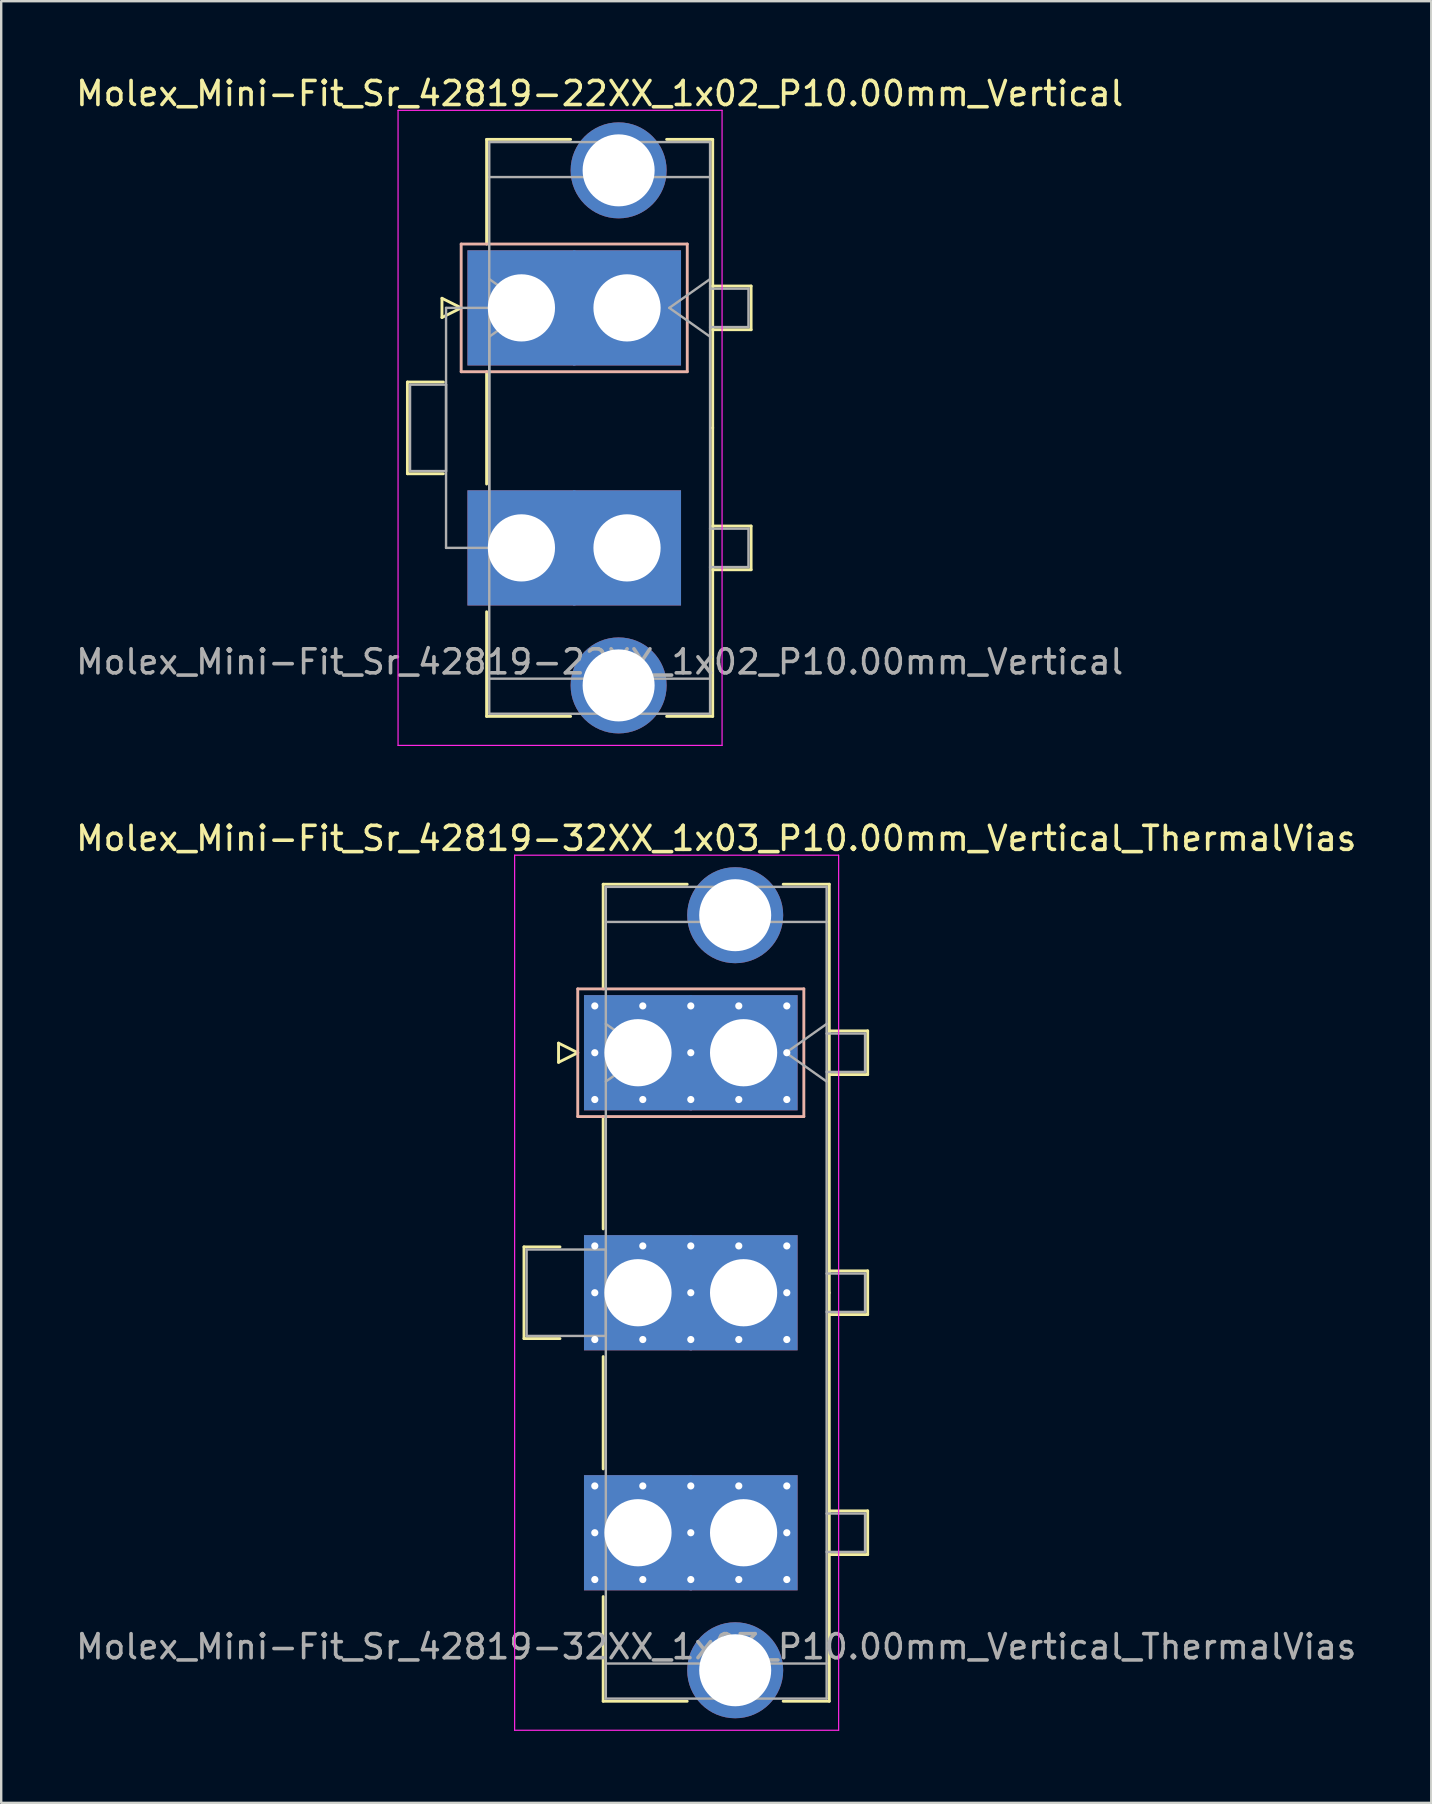
<source format=kicad_pcb>
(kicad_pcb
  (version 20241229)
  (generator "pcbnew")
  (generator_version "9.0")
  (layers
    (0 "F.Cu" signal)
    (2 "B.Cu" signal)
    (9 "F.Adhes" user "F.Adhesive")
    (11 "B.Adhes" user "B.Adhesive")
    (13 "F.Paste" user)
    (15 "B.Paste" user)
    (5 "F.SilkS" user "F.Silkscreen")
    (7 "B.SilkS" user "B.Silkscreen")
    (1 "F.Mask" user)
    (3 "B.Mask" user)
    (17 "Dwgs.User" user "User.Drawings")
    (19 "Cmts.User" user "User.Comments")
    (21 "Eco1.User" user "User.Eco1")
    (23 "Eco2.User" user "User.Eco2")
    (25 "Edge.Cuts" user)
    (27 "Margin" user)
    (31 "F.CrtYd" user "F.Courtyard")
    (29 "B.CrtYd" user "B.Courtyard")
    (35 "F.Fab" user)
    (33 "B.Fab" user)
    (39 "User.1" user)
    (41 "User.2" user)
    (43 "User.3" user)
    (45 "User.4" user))
  (footprint "Molex_Mini-Fit_Sr_42819-32XX_1x03_P10.00mm_Vertical_ThermalVias"
    (layer "F.Cu")
    (at 23.532 40.812)
    (property "Reference" "Molex_Mini-Fit_Sr_42819-32XX_1x03_P10.00mm_Vertical_ThermalVias" (at 3.26 -8.93 0) (layer "F.SilkS") (effects (font (size 1 1) (thickness 0.15))))
    (attr through_hole)
    (fp_line (start -4.75 8.09) (end -4.75 11.91) (stroke (width 0.12) (type solid)) (layer "F.SilkS"))
    (fp_line (start -4.75 11.91) (end -3.25 11.91) (stroke (width 0.12) (type solid)) (layer "F.SilkS"))
    (fp_line (start -3.31 -0.4) (end -3.31 0.4) (stroke (width 0.12) (type solid)) (layer "F.SilkS"))
    (fp_line (start -3.31 0.4) (end -2.51 0) (stroke (width 0.12) (type solid)) (layer "F.SilkS"))
    (fp_line (start -3.25 8.09) (end -4.75 8.09) (stroke (width 0.12) (type solid)) (layer "F.SilkS"))
    (fp_line (start -2.51 0) (end -3.31 -0.4) (stroke (width 0.12) (type solid)) (layer "F.SilkS"))
    (fp_line (start -1.45 -7.02) (end 2.05 -7.02) (stroke (width 0.12) (type solid)) (layer "F.SilkS"))
    (fp_line (start -1.45 -2.66) (end -1.45 -7.02) (stroke (width 0.12) (type solid)) (layer "F.SilkS"))
    (fp_line (start -1.45 2.66) (end -1.45 7.34) (stroke (width 0.12) (type solid)) (layer "F.SilkS"))
    (fp_line (start -1.45 12.66) (end -1.45 17.34) (stroke (width 0.12) (type solid)) (layer "F.SilkS"))
    (fp_line (start -1.45 22.66) (end -1.45 27.02) (stroke (width 0.12) (type solid)) (layer "F.SilkS"))
    (fp_line (start -1.45 27.02) (end 2.05 27.02) (stroke (width 0.12) (type solid)) (layer "F.SilkS"))
    (fp_line (start 6.05 -7.02) (end 7.97 -7.02) (stroke (width 0.12) (type solid)) (layer "F.SilkS"))
    (fp_line (start 6.05 27.02) (end 7.97 27.02) (stroke (width 0.12) (type solid)) (layer "F.SilkS"))
    (fp_line (start 7.97 -7.02) (end 7.97 10) (stroke (width 0.12) (type solid)) (layer "F.SilkS"))
    (fp_line (start 7.97 -0.91) (end 9.57 -0.91) (stroke (width 0.12) (type solid)) (layer "F.SilkS"))
    (fp_line (start 7.97 9.09) (end 9.57 9.09) (stroke (width 0.12) (type solid)) (layer "F.SilkS"))
    (fp_line (start 7.97 19.09) (end 9.57 19.09) (stroke (width 0.12) (type solid)) (layer "F.SilkS"))
    (fp_line (start 7.97 27.02) (end 7.97 10) (stroke (width 0.12) (type solid)) (layer "F.SilkS"))
    (fp_line (start 9.57 -0.91) (end 9.57 0.91) (stroke (width 0.12) (type solid)) (layer "F.SilkS"))
    (fp_line (start 9.57 0.91) (end 7.97 0.91) (stroke (width 0.12) (type solid)) (layer "F.SilkS"))
    (fp_line (start 9.57 9.09) (end 9.57 10.91) (stroke (width 0.12) (type solid)) (layer "F.SilkS"))
    (fp_line (start 9.57 10.91) (end 7.97 10.91) (stroke (width 0.12) (type solid)) (layer "F.SilkS"))
    (fp_line (start 9.57 19.09) (end 9.57 20.91) (stroke (width 0.12) (type solid)) (layer "F.SilkS"))
    (fp_line (start 9.57 20.91) (end 7.97 20.91) (stroke (width 0.12) (type solid)) (layer "F.SilkS"))
    (fp_line (start -2.51 -2.66) (end -2.51 2.66) (stroke (width 0.12) (type solid)) (layer "B.SilkS"))
    (fp_line (start -2.51 2.66) (end 6.91 2.66) (stroke (width 0.12) (type solid)) (layer "B.SilkS"))
    (fp_line (start 6.91 -2.66) (end -2.51 -2.66) (stroke (width 0.12) (type solid)) (layer "B.SilkS"))
    (fp_line (start 6.91 2.66) (end 6.91 -2.66) (stroke (width 0.12) (type solid)) (layer "B.SilkS"))
    (fp_line (start -5.14 -8.23) (end -5.14 28.23) (stroke (width 0.05) (type solid)) (layer "F.CrtYd"))
    (fp_line (start -5.14 28.23) (end 8.36 28.23) (stroke (width 0.05) (type solid)) (layer "F.CrtYd"))
    (fp_line (start 8.36 -8.23) (end -5.14 -8.23) (stroke (width 0.05) (type solid)) (layer "F.CrtYd"))
    (fp_line (start 8.36 28.23) (end 8.36 -8.23) (stroke (width 0.05) (type solid)) (layer "F.CrtYd"))
    (fp_line (start -4.64 8.2) (end -1.34 8.2) (stroke (width 0.1) (type solid)) (layer "F.Fab"))
    (fp_line (start -4.64 11.8) (end -4.64 8.2) (stroke (width 0.1) (type solid)) (layer "F.Fab"))
    (fp_line (start -1.34 -6.91) (end -1.34 26.91) (stroke (width 0.1) (type solid)) (layer "F.Fab"))
    (fp_line (start -1.34 -5.45) (end 7.86 -5.45) (stroke (width 0.1) (type solid)) (layer "F.Fab"))
    (fp_line (start -1.34 -1.2) (end 0.357 0) (stroke (width 0.1) (type solid)) (layer "F.Fab"))
    (fp_line (start -1.34 8.2) (end -1.34 11.8) (stroke (width 0.1) (type solid)) (layer "F.Fab"))
    (fp_line (start -1.34 11.8) (end -4.64 11.8) (stroke (width 0.1) (type solid)) (layer "F.Fab"))
    (fp_line (start -1.34 25.45) (end 7.86 25.45) (stroke (width 0.1) (type solid)) (layer "F.Fab"))
    (fp_line (start -1.34 26.91) (end 7.86 26.91) (stroke (width 0.1) (type solid)) (layer "F.Fab"))
    (fp_line (start 0.357 0) (end -1.34 1.2) (stroke (width 0.1) (type solid)) (layer "F.Fab"))
    (fp_line (start 6.163 0) (end 7.86 1.2) (stroke (width 0.1) (type solid)) (layer "F.Fab"))
    (fp_line (start 7.86 -6.91) (end -1.34 -6.91) (stroke (width 0.1) (type solid)) (layer "F.Fab"))
    (fp_line (start 7.86 -1.2) (end 6.163 0) (stroke (width 0.1) (type solid)) (layer "F.Fab"))
    (fp_line (start 7.86 -0.8) (end 9.46 -0.8) (stroke (width 0.1) (type solid)) (layer "F.Fab"))
    (fp_line (start 7.86 9.2) (end 9.46 9.2) (stroke (width 0.1) (type solid)) (layer "F.Fab"))
    (fp_line (start 7.86 19.2) (end 9.46 19.2) (stroke (width 0.1) (type solid)) (layer "F.Fab"))
    (fp_line (start 7.86 26.91) (end 7.86 -6.91) (stroke (width 0.1) (type solid)) (layer "F.Fab"))
    (fp_line (start 9.46 -0.8) (end 9.46 0.8) (stroke (width 0.1) (type solid)) (layer "F.Fab"))
    (fp_line (start 9.46 0.8) (end 7.86 0.8) (stroke (width 0.1) (type solid)) (layer "F.Fab"))
    (fp_line (start 9.46 9.2) (end 9.46 10.8) (stroke (width 0.1) (type solid)) (layer "F.Fab"))
    (fp_line (start 9.46 10.8) (end 7.86 10.8) (stroke (width 0.1) (type solid)) (layer "F.Fab"))
    (fp_line (start 9.46 19.2) (end 9.46 20.8) (stroke (width 0.1) (type solid)) (layer "F.Fab"))
    (fp_line (start 9.46 20.8) (end 7.86 20.8) (stroke (width 0.1) (type solid)) (layer "F.Fab"))
    (fp_text user "${REFERENCE}" (at 3.26 24.75 0) (layer "F.Fab") (effects (font (size 1 1) (thickness 0.15))))
    (pad "" thru_hole circle (at 4.05 -5.73) (size 4 4) (drill 3) (layers "*.Cu" "*.Mask"))
    (pad "" thru_hole circle (at 4.05 25.73) (size 4 4) (drill 3) (layers "*.Cu" "*.Mask"))
    (pad "1" thru_hole roundrect (at -1.8 -1.95) (size 0.6 0.6) (drill 0.3) (layers "*.Cu" "*.Mask") (roundrect_rratio 0.25))
    (pad "1" thru_hole roundrect (at -1.8 0) (size 0.6 0.6) (drill 0.3) (layers "*.Cu" "*.Mask") (roundrect_rratio 0.25))
    (pad "1" thru_hole roundrect (at -1.8 1.95) (size 0.6 0.6) (drill 0.3) (layers "*.Cu" "*.Mask") (roundrect_rratio 0.25))
    (pad "1" thru_hole rect (at 0 0) (size 4.5 4.8) (drill 2.8) (layers "*.Cu" "*.Mask"))
    (pad "1" thru_hole roundrect (at 0.2 -1.95) (size 0.6 0.6) (drill 0.3) (layers "*.Cu" "*.Mask") (roundrect_rratio 0.25))
    (pad "1" thru_hole roundrect (at 0.2 1.95) (size 0.6 0.6) (drill 0.3) (layers "*.Cu" "*.Mask") (roundrect_rratio 0.25))
    (pad "1" thru_hole roundrect (at 2.2 -1.95) (size 0.6 0.6) (drill 0.3) (layers "*.Cu" "*.Mask") (roundrect_rratio 0.25))
    (pad "1" thru_hole roundrect (at 2.2 0) (size 0.6 0.6) (drill 0.3) (layers "*.Cu" "*.Mask") (roundrect_rratio 0.25))
    (pad "1" thru_hole roundrect (at 2.2 1.95) (size 0.6 0.6) (drill 0.3) (layers "*.Cu" "*.Mask") (roundrect_rratio 0.25))
    (pad "1" thru_hole roundrect (at 4.2 -1.95) (size 0.6 0.6) (drill 0.3) (layers "*.Cu" "*.Mask") (roundrect_rratio 0.25))
    (pad "1" thru_hole roundrect (at 4.2 1.95) (size 0.6 0.6) (drill 0.3) (layers "*.Cu" "*.Mask") (roundrect_rratio 0.25))
    (pad "1" thru_hole rect (at 4.4 0) (size 4.5 4.8) (drill 2.8) (layers "*.Cu" "*.Mask"))
    (pad "1" thru_hole roundrect (at 6.2 -1.95) (size 0.6 0.6) (drill 0.3) (layers "*.Cu" "*.Mask") (roundrect_rratio 0.25))
    (pad "1" thru_hole roundrect (at 6.2 0) (size 0.6 0.6) (drill 0.3) (layers "*.Cu" "*.Mask") (roundrect_rratio 0.25))
    (pad "1" thru_hole roundrect (at 6.2 1.95) (size 0.6 0.6) (drill 0.3) (layers "*.Cu" "*.Mask") (roundrect_rratio 0.25))
    (pad "2" thru_hole circle (at -1.8 8.05) (size 0.6 0.6) (drill 0.3) (layers "*.Cu" "*.Mask"))
    (pad "2" thru_hole circle (at -1.8 10) (size 0.6 0.6) (drill 0.3) (layers "*.Cu" "*.Mask"))
    (pad "2" thru_hole circle (at -1.8 11.95) (size 0.6 0.6) (drill 0.3) (layers "*.Cu" "*.Mask"))
    (pad "2" thru_hole rect (at 0 10) (size 4.5 4.8) (drill 2.8) (layers "*.Cu" "*.Mask"))
    (pad "2" thru_hole circle (at 0.2 8.05) (size 0.6 0.6) (drill 0.3) (layers "*.Cu" "*.Mask"))
    (pad "2" thru_hole circle (at 0.2 11.95) (size 0.6 0.6) (drill 0.3) (layers "*.Cu" "*.Mask"))
    (pad "2" thru_hole circle (at 2.2 8.05) (size 0.6 0.6) (drill 0.3) (layers "*.Cu" "*.Mask"))
    (pad "2" thru_hole circle (at 2.2 10) (size 0.6 0.6) (drill 0.3) (layers "*.Cu" "*.Mask"))
    (pad "2" thru_hole circle (at 2.2 11.95) (size 0.6 0.6) (drill 0.3) (layers "*.Cu" "*.Mask"))
    (pad "2" thru_hole circle (at 4.2 8.05) (size 0.6 0.6) (drill 0.3) (layers "*.Cu" "*.Mask"))
    (pad "2" thru_hole circle (at 4.2 11.95) (size 0.6 0.6) (drill 0.3) (layers "*.Cu" "*.Mask"))
    (pad "2" thru_hole rect (at 4.4 10) (size 4.5 4.8) (drill 2.8) (layers "*.Cu" "*.Mask"))
    (pad "2" thru_hole circle (at 6.2 8.05) (size 0.6 0.6) (drill 0.3) (layers "*.Cu" "*.Mask"))
    (pad "2" thru_hole circle (at 6.2 10) (size 0.6 0.6) (drill 0.3) (layers "*.Cu" "*.Mask"))
    (pad "2" thru_hole circle (at 6.2 11.95) (size 0.6 0.6) (drill 0.3) (layers "*.Cu" "*.Mask"))
    (pad "3" thru_hole circle (at -1.8 18.05) (size 0.6 0.6) (drill 0.3) (layers "*.Cu" "*.Mask"))
    (pad "3" thru_hole circle (at -1.8 20) (size 0.6 0.6) (drill 0.3) (layers "*.Cu" "*.Mask"))
    (pad "3" thru_hole circle (at -1.8 21.95) (size 0.6 0.6) (drill 0.3) (layers "*.Cu" "*.Mask"))
    (pad "3" thru_hole rect (at 0 20) (size 4.5 4.8) (drill 2.8) (layers "*.Cu" "*.Mask"))
    (pad "3" thru_hole circle (at 0.2 18.05) (size 0.6 0.6) (drill 0.3) (layers "*.Cu" "*.Mask"))
    (pad "3" thru_hole circle (at 0.2 21.95) (size 0.6 0.6) (drill 0.3) (layers "*.Cu" "*.Mask"))
    (pad "3" thru_hole circle (at 2.2 18.05) (size 0.6 0.6) (drill 0.3) (layers "*.Cu" "*.Mask"))
    (pad "3" thru_hole circle (at 2.2 20) (size 0.6 0.6) (drill 0.3) (layers "*.Cu" "*.Mask"))
    (pad "3" thru_hole circle (at 2.2 21.95) (size 0.6 0.6) (drill 0.3) (layers "*.Cu" "*.Mask"))
    (pad "3" thru_hole circle (at 4.2 18.05) (size 0.6 0.6) (drill 0.3) (layers "*.Cu" "*.Mask"))
    (pad "3" thru_hole circle (at 4.2 21.95) (size 0.6 0.6) (drill 0.3) (layers "*.Cu" "*.Mask"))
    (pad "3" thru_hole rect (at 4.4 20) (size 4.5 4.8) (drill 2.8) (layers "*.Cu" "*.Mask"))
    (pad "3" thru_hole circle (at 6.2 18.05) (size 0.6 0.6) (drill 0.3) (layers "*.Cu" "*.Mask"))
    (pad "3" thru_hole circle (at 6.2 20) (size 0.6 0.6) (drill 0.3) (layers "*.Cu" "*.Mask"))
    (pad "3" thru_hole circle (at 6.2 21.95) (size 0.6 0.6) (drill 0.3) (layers "*.Cu" "*.Mask")))
  (footprint "Molex_Mini-Fit_Sr_42819-22XX_1x02_P10.00mm_Vertical"
    (layer "F.Cu")
    (at 18.675 9.778)
    (property "Reference" "Molex_Mini-Fit_Sr_42819-22XX_1x02_P10.00mm_Vertical" (at 3.26 -8.93 0) (layer "F.SilkS") (effects (font (size 1 1) (thickness 0.15))))
    (attr through_hole)
    (fp_line (start -4.75 3.09) (end -4.75 6.91) (stroke (width 0.12) (type solid)) (layer "F.SilkS"))
    (fp_line (start -4.75 6.91) (end -3.25 6.91) (stroke (width 0.12) (type solid)) (layer "F.SilkS"))
    (fp_line (start -3.31 -0.4) (end -3.31 0.4) (stroke (width 0.12) (type solid)) (layer "F.SilkS"))
    (fp_line (start -3.31 0.4) (end -2.51 0) (stroke (width 0.12) (type solid)) (layer "F.SilkS"))
    (fp_line (start -3.25 3.09) (end -4.75 3.09) (stroke (width 0.12) (type solid)) (layer "F.SilkS"))
    (fp_line (start -2.51 0) (end -3.31 -0.4) (stroke (width 0.12) (type solid)) (layer "F.SilkS"))
    (fp_line (start -1.45 -7.02) (end 2.05 -7.02) (stroke (width 0.12) (type solid)) (layer "F.SilkS"))
    (fp_line (start -1.45 -2.66) (end -1.45 -7.02) (stroke (width 0.12) (type solid)) (layer "F.SilkS"))
    (fp_line (start -1.45 2.66) (end -1.45 7.34) (stroke (width 0.12) (type solid)) (layer "F.SilkS"))
    (fp_line (start -1.45 12.66) (end -1.45 17.02) (stroke (width 0.12) (type solid)) (layer "F.SilkS"))
    (fp_line (start -1.45 17.02) (end 2.05 17.02) (stroke (width 0.12) (type solid)) (layer "F.SilkS"))
    (fp_line (start 6.05 -7.02) (end 7.97 -7.02) (stroke (width 0.12) (type solid)) (layer "F.SilkS"))
    (fp_line (start 6.05 17.02) (end 7.97 17.02) (stroke (width 0.12) (type solid)) (layer "F.SilkS"))
    (fp_line (start 7.97 -7.02) (end 7.97 5) (stroke (width 0.12) (type solid)) (layer "F.SilkS"))
    (fp_line (start 7.97 -0.91) (end 9.57 -0.91) (stroke (width 0.12) (type solid)) (layer "F.SilkS"))
    (fp_line (start 7.97 9.09) (end 9.57 9.09) (stroke (width 0.12) (type solid)) (layer "F.SilkS"))
    (fp_line (start 7.97 17.02) (end 7.97 5) (stroke (width 0.12) (type solid)) (layer "F.SilkS"))
    (fp_line (start 9.57 -0.91) (end 9.57 0.91) (stroke (width 0.12) (type solid)) (layer "F.SilkS"))
    (fp_line (start 9.57 0.91) (end 7.97 0.91) (stroke (width 0.12) (type solid)) (layer "F.SilkS"))
    (fp_line (start 9.57 9.09) (end 9.57 10.91) (stroke (width 0.12) (type solid)) (layer "F.SilkS"))
    (fp_line (start 9.57 10.91) (end 7.97 10.91) (stroke (width 0.12) (type solid)) (layer "F.SilkS"))
    (fp_line (start -2.51 -2.66) (end -2.51 2.66) (stroke (width 0.12) (type solid)) (layer "B.SilkS"))
    (fp_line (start -2.51 2.66) (end 6.91 2.66) (stroke (width 0.12) (type solid)) (layer "B.SilkS"))
    (fp_line (start 6.91 -2.66) (end -2.51 -2.66) (stroke (width 0.12) (type solid)) (layer "B.SilkS"))
    (fp_line (start 6.91 2.66) (end 6.91 -2.66) (stroke (width 0.12) (type solid)) (layer "B.SilkS"))
    (fp_line (start -5.14 -8.23) (end -5.14 18.23) (stroke (width 0.05) (type solid)) (layer "F.CrtYd"))
    (fp_line (start -5.14 18.23) (end 8.36 18.23) (stroke (width 0.05) (type solid)) (layer "F.CrtYd"))
    (fp_line (start 8.36 -8.23) (end -5.14 -8.23) (stroke (width 0.05) (type solid)) (layer "F.CrtYd"))
    (fp_line (start 8.36 18.23) (end 8.36 -8.23) (stroke (width 0.05) (type solid)) (layer "F.CrtYd"))
    (fp_line (start -4.64 3.2) (end -3.14 3.2) (stroke (width 0.1) (type solid)) (layer "F.Fab"))
    (fp_line (start -4.64 6.8) (end -4.64 3.2) (stroke (width 0.1) (type solid)) (layer "F.Fab"))
    (fp_line (start -3.14 0) (end -1.34 0) (stroke (width 0.1) (type solid)) (layer "F.Fab"))
    (fp_line (start -3.14 3.2) (end -3.14 6.8) (stroke (width 0.1) (type solid)) (layer "F.Fab"))
    (fp_line (start -3.14 6.8) (end -4.64 6.8) (stroke (width 0.1) (type solid)) (layer "F.Fab"))
    (fp_line (start -3.14 10) (end -3.14 0) (stroke (width 0.1) (type solid)) (layer "F.Fab"))
    (fp_line (start -1.34 -6.91) (end -1.34 16.91) (stroke (width 0.1) (type solid)) (layer "F.Fab"))
    (fp_line (start -1.34 -5.45) (end 7.86 -5.45) (stroke (width 0.1) (type solid)) (layer "F.Fab"))
    (fp_line (start -1.34 -1.2) (end 0.357 0) (stroke (width 0.1) (type solid)) (layer "F.Fab"))
    (fp_line (start -1.34 0) (end -1.34 10) (stroke (width 0.1) (type solid)) (layer "F.Fab"))
    (fp_line (start -1.34 10) (end -3.14 10) (stroke (width 0.1) (type solid)) (layer "F.Fab"))
    (fp_line (start -1.34 15.45) (end 7.86 15.45) (stroke (width 0.1) (type solid)) (layer "F.Fab"))
    (fp_line (start -1.34 16.91) (end 7.86 16.91) (stroke (width 0.1) (type solid)) (layer "F.Fab"))
    (fp_line (start 0.357 0) (end -1.34 1.2) (stroke (width 0.1) (type solid)) (layer "F.Fab"))
    (fp_line (start 6.163 0) (end 7.86 1.2) (stroke (width 0.1) (type solid)) (layer "F.Fab"))
    (fp_line (start 7.86 -6.91) (end -1.34 -6.91) (stroke (width 0.1) (type solid)) (layer "F.Fab"))
    (fp_line (start 7.86 -1.2) (end 6.163 0) (stroke (width 0.1) (type solid)) (layer "F.Fab"))
    (fp_line (start 7.86 -0.8) (end 9.46 -0.8) (stroke (width 0.1) (type solid)) (layer "F.Fab"))
    (fp_line (start 7.86 9.2) (end 9.46 9.2) (stroke (width 0.1) (type solid)) (layer "F.Fab"))
    (fp_line (start 7.86 16.91) (end 7.86 -6.91) (stroke (width 0.1) (type solid)) (layer "F.Fab"))
    (fp_line (start 9.46 -0.8) (end 9.46 0.8) (stroke (width 0.1) (type solid)) (layer "F.Fab"))
    (fp_line (start 9.46 0.8) (end 7.86 0.8) (stroke (width 0.1) (type solid)) (layer "F.Fab"))
    (fp_line (start 9.46 9.2) (end 9.46 10.8) (stroke (width 0.1) (type solid)) (layer "F.Fab"))
    (fp_line (start 9.46 10.8) (end 7.86 10.8) (stroke (width 0.1) (type solid)) (layer "F.Fab"))
    (fp_text user "${REFERENCE}" (at 3.26 14.75 0) (layer "F.Fab") (effects (font (size 1 1) (thickness 0.15))))
    (pad "" thru_hole circle (at 4.05 -5.73) (size 4 4) (drill 3) (layers "*.Cu" "*.Mask"))
    (pad "" thru_hole circle (at 4.05 15.73) (size 4 4) (drill 3) (layers "*.Cu" "*.Mask"))
    (pad "1" thru_hole rect (at 0 0) (size 4.5 4.8) (drill 2.8) (layers "*.Cu" "*.Mask"))
    (pad "1" thru_hole rect (at 4.4 0) (size 4.5 4.8) (drill 2.8) (layers "*.Cu" "*.Mask"))
    (pad "2" thru_hole rect (at 0 10) (size 4.5 4.8) (drill 2.8) (layers "*.Cu" "*.Mask"))
    (pad "2" thru_hole rect (at 4.4 10) (size 4.5 4.8) (drill 2.8) (layers "*.Cu" "*.Mask")))
  (gr_rect
    (start -3 -3)
    (end 56.583 72.067)
    (stroke (width 0.1) (type default))
    (fill no)
    (layer "Edge.Cuts")))
</source>
